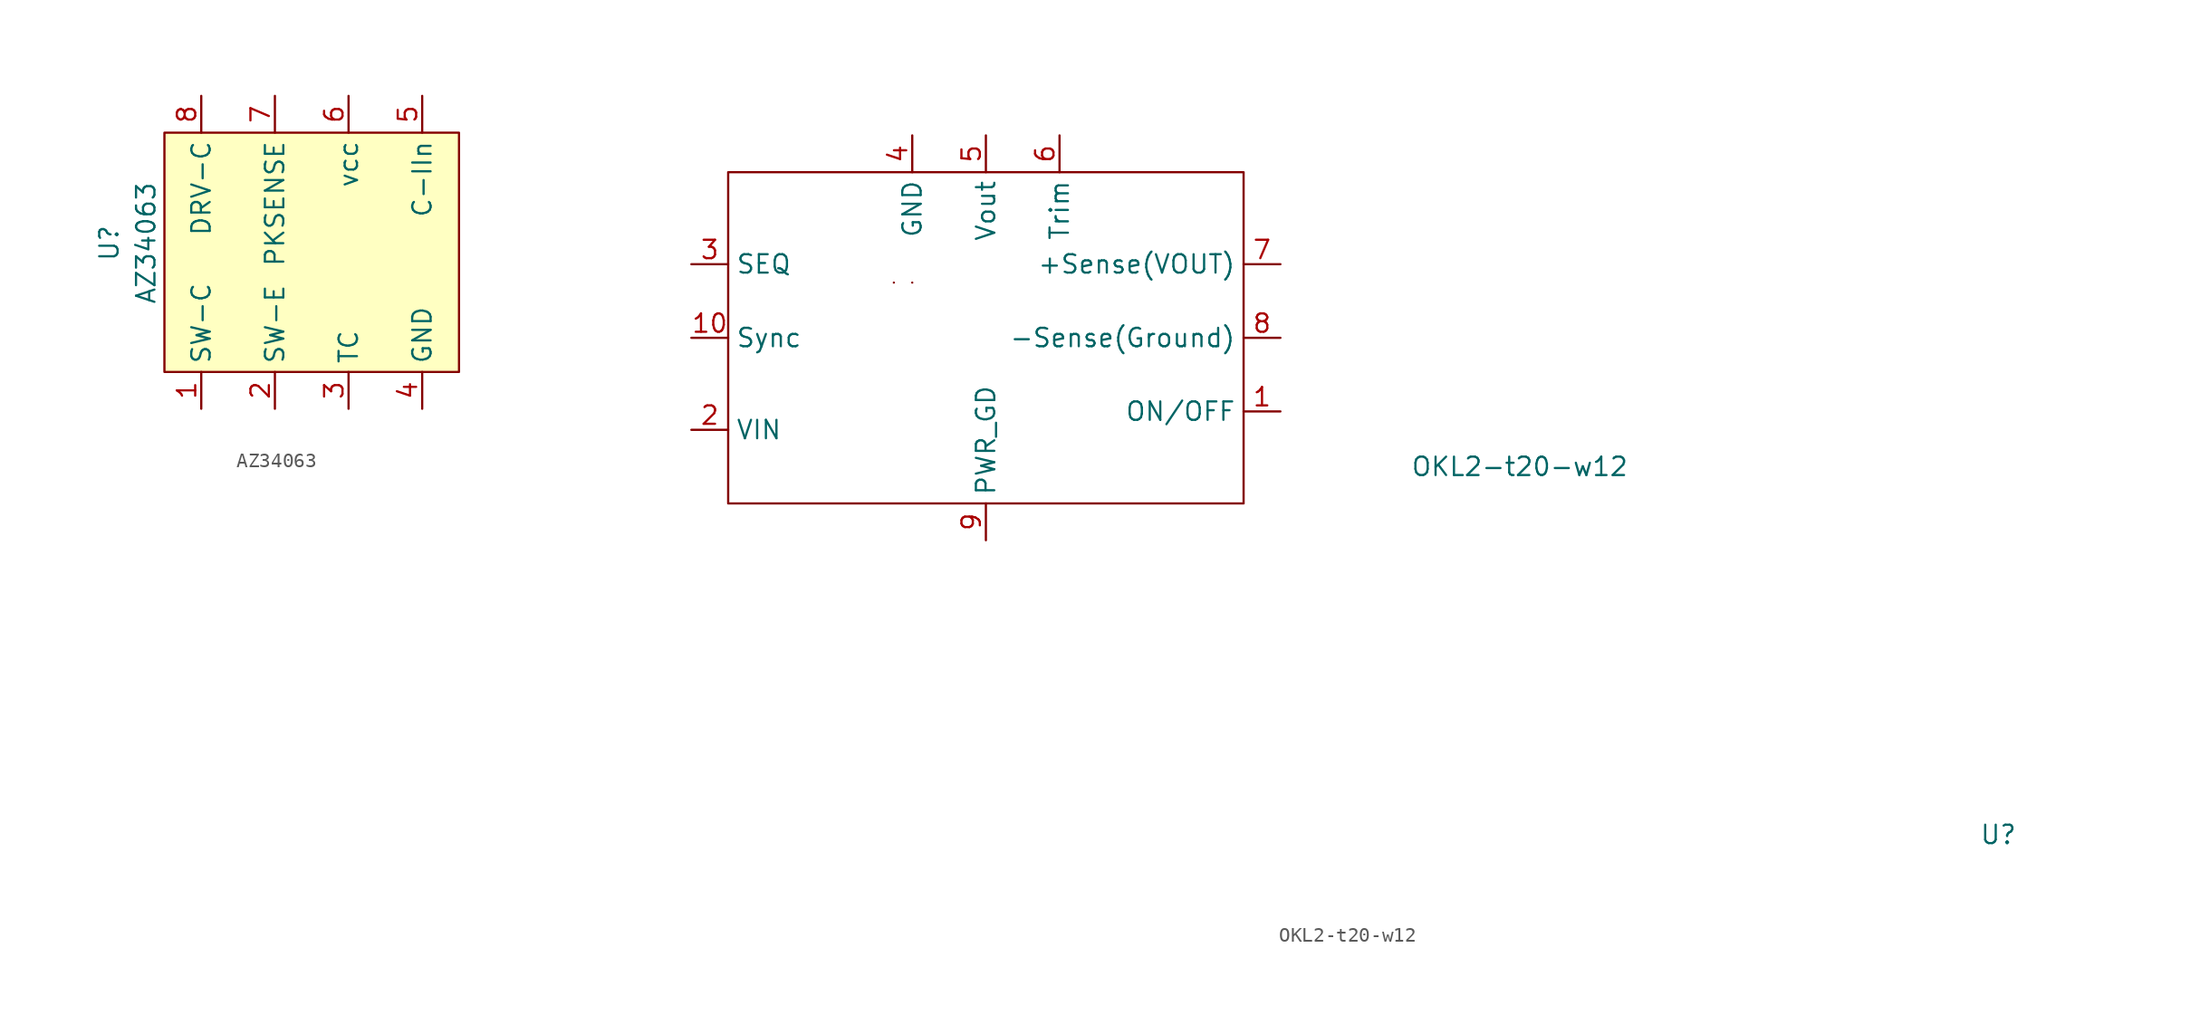
<source format=kicad_sym>
(kicad_symbol_lib
  (version 20211014)
  (generator kicad_symbol_editor)
  (symbol "AZ34063"
    (property "Reference" "U"
      (at -13.97 0 90)
      (effects (font (size 1.27 1.27))))
    (property "Value" "AZ34063"
      (at -11.43 0 90)
      (effects (font (size 1.27 1.27))))
    (symbol "AZ34063_0_1"
      (rectangle (start -10.16 7.62) (end 10.16 -8.89) (stroke (width 0) (type default) (color 0 0 0 0)) (fill (type background))))
    (symbol "AZ34063_1_1"
      (pin input line (at -7.62 -11.43 90) (length 2.54) (name "SW-C" (effects (font (size 1.27 1.27)))) (number "1" (effects (font (size 1.27 1.27)))))
      (pin input line (at -2.54 -11.43 90) (length 2.54) (name "SW-E" (effects (font (size 1.27 1.27)))) (number "2" (effects (font (size 1.27 1.27)))))
      (pin input line (at 2.54 -11.43 90) (length 2.54) (name "TC" (effects (font (size 1.27 1.27)))) (number "3" (effects (font (size 1.27 1.27)))))
      (pin input line (at 7.62 -11.43 90) (length 2.54) (name "GND" (effects (font (size 1.27 1.27)))) (number "4" (effects (font (size 1.27 1.27)))))
      (pin input line (at 7.62 10.16 270) (length 2.54) (name "C-IIn" (effects (font (size 1.27 1.27)))) (number "5" (effects (font (size 1.27 1.27)))))
      (pin input line (at 2.54 10.16 270) (length 2.54) (name "vcc" (effects (font (size 1.27 1.27)))) (number "6" (effects (font (size 1.27 1.27)))))
      (pin input line (at -2.54 10.16 270) (length 2.54) (name "PKSENSE" (effects (font (size 1.27 1.27)))) (number "7" (effects (font (size 1.27 1.27)))))
      (pin input line (at -7.62 10.16 270) (length 2.54) (name "DRV-C" (effects (font (size 1.27 1.27)))) (number "8" (effects (font (size 1.27 1.27)))))))
  (symbol "OKL2-t20-w12"
    (property "Reference" "U"
      (at 69.85 -34.29 0)
      (effects (font (size 1.27 1.27))))
    (property "Value" "OKL2-t20-w12"
      (at 36.83 -8.89 0)
      (effects (font (size 1.27 1.27))))
    (symbol "OKL2-t20-w12_0_1"
      (rectangle (start -17.78 11.43) (end 17.78 -11.43) (stroke (width 0) (type default) (color 0 0 0 0)) (fill (type none)))
      (rectangle (start -6.35 3.81) (end -6.35 3.81) (stroke (width 0) (type default) (color 0 0 0 0)) (fill (type none)))
      (rectangle (start -5.08 3.81) (end -5.08 3.81) (stroke (width 0) (type default) (color 0 0 0 0)) (fill (type none))))
    (symbol "OKL2-t20-w12_1_1"
      (pin input line (at 20.32 -5.08 180) (length 2.54) (name "ON/OFF" (effects (font (size 1.27 1.27)))) (number "1" (effects (font (size 1.27 1.27)))))
      (pin input line (at -20.32 0 0) (length 2.54) (name "Sync" (effects (font (size 1.27 1.27)))) (number "10" (effects (font (size 1.27 1.27)))))
      (pin input line (at -20.32 -6.35 0) (length 2.54) (name "VIN" (effects (font (size 1.27 1.27)))) (number "2" (effects (font (size 1.27 1.27)))))
      (pin input line (at -20.32 5.08 0) (length 2.54) (name "SEQ" (effects (font (size 1.27 1.27)))) (number "3" (effects (font (size 1.27 1.27)))))
      (pin input line (at -5.08 13.97 270) (length 2.54) (name "GND" (effects (font (size 1.27 1.27)))) (number "4" (effects (font (size 1.27 1.27)))))
      (pin input line (at 0 13.97 270) (length 2.54) (name "Vout" (effects (font (size 1.27 1.27)))) (number "5" (effects (font (size 1.27 1.27)))))
      (pin input line (at 5.08 13.97 270) (length 2.54) (name "Trim" (effects (font (size 1.27 1.27)))) (number "6" (effects (font (size 1.27 1.27)))))
      (pin input line (at 20.32 5.08 180) (length 2.54) (name "+Sense(VOUT)" (effects (font (size 1.27 1.27)))) (number "7" (effects (font (size 1.27 1.27)))))
      (pin input line (at 20.32 0 180) (length 2.54) (name "-Sense(Ground)" (effects (font (size 1.27 1.27)))) (number "8" (effects (font (size 1.27 1.27)))))
      (pin input line (at 0 -13.97 90) (length 2.54) (name "PWR_GD" (effects (font (size 1.27 1.27)))) (number "9" (effects (font (size 1.27 1.27))))))))
</source>
